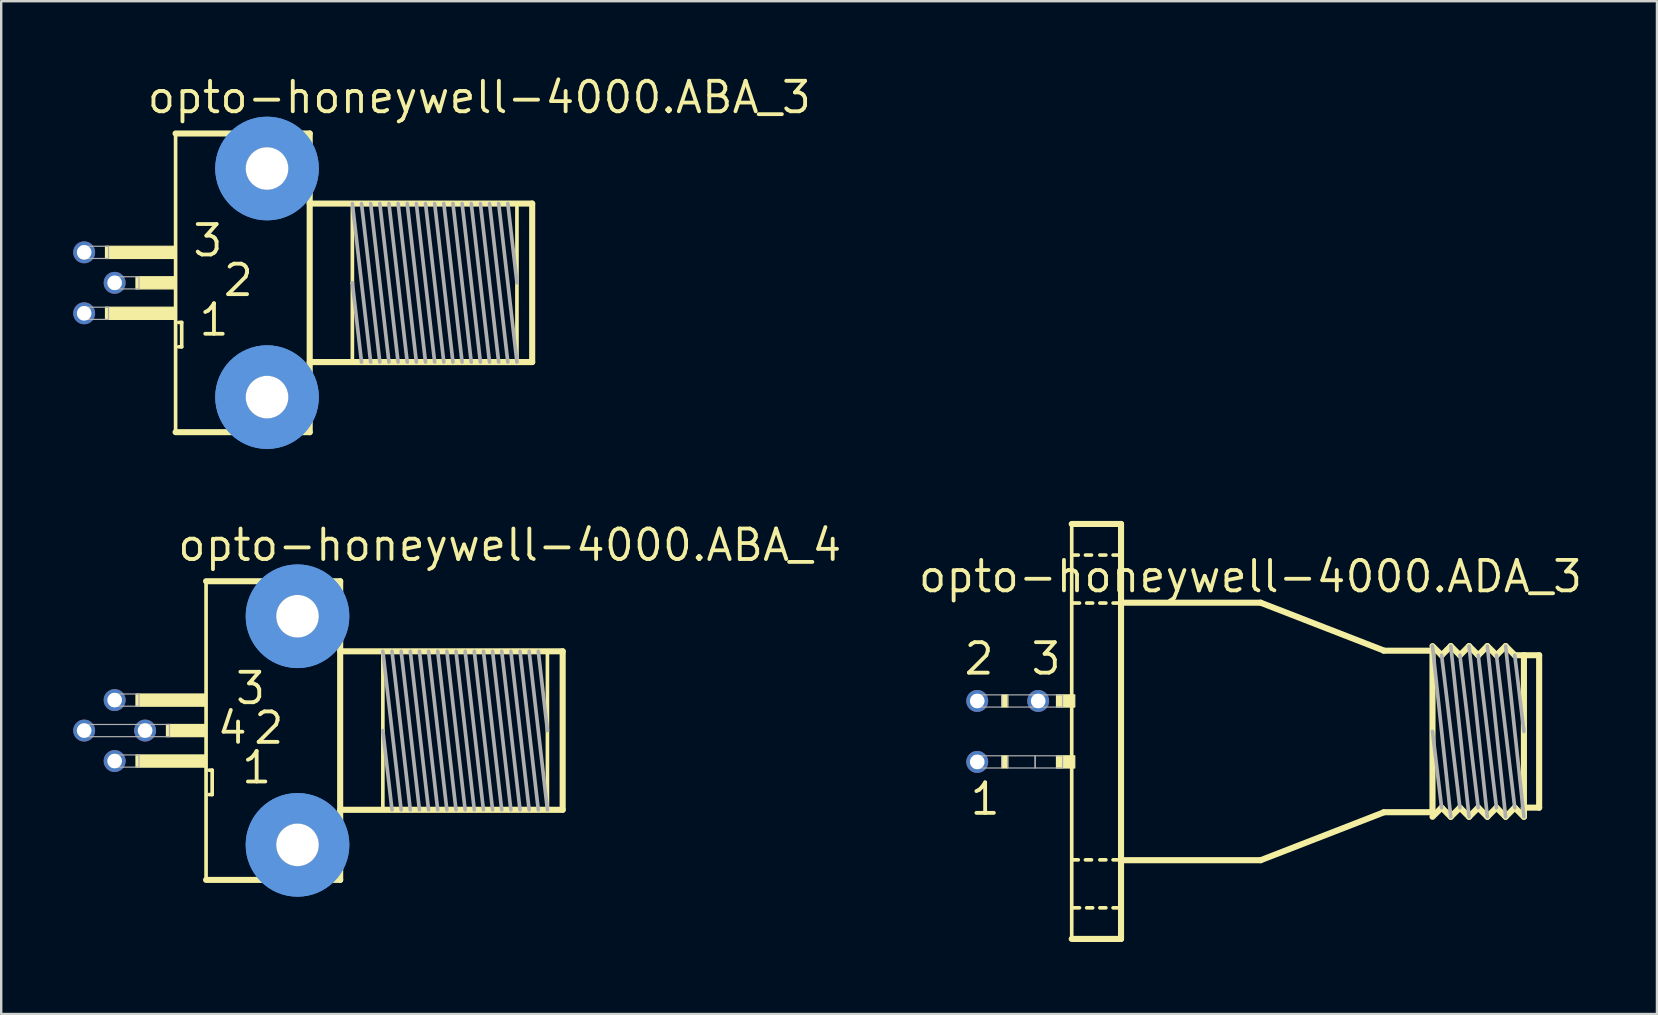
<source format=kicad_pcb>
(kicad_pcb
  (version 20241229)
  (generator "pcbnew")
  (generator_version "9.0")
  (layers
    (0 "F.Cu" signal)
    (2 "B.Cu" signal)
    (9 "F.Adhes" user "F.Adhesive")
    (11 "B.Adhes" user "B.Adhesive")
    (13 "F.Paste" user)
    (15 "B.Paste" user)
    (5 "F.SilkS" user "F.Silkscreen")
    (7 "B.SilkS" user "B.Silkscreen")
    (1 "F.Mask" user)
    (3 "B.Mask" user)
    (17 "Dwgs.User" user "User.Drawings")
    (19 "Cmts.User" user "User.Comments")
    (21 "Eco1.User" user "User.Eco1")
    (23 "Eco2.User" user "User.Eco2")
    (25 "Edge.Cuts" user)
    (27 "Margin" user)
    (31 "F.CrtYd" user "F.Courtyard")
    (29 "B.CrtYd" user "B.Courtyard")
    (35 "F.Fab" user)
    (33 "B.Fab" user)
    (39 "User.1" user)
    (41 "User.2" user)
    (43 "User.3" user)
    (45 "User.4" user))
  (footprint "opto-honeywell-4000.ABA_3"
    (layer "F.Cu")
    (at 8.077 8.735)
    (property "Reference" "opto-honeywell-4000.ABA_3" (at -5.08 -6.985 0) (layer "F.SilkS") (effects (font (size 1.27 1.27) (thickness 0.16)) (justify left bottom)))
    (attr through_hole)
    (fp_line (start -3.81 -6.223) (end -3.81 6.223) (stroke (width 0.152) (type default)) (layer "F.SilkS"))
    (fp_line (start -3.81 6.223) (end 1.778 6.223) (stroke (width 0.254) (type default)) (layer "F.SilkS"))
    (fp_line (start -3.683 1.651) (end -3.556 1.651) (stroke (width 0.152) (type default)) (layer "F.SilkS"))
    (fp_line (start -3.556 1.651) (end -3.556 2.667) (stroke (width 0.152) (type default)) (layer "F.SilkS"))
    (fp_line (start -3.556 2.667) (end -3.683 2.667) (stroke (width 0.152) (type default)) (layer "F.SilkS"))
    (fp_line (start 1.778 -6.223) (end -3.81 -6.223) (stroke (width 0.254) (type default)) (layer "F.SilkS"))
    (fp_line (start 1.778 -3.302) (end 11.049 -3.302) (stroke (width 0.254) (type default)) (layer "F.SilkS"))
    (fp_line (start 1.778 6.223) (end 1.778 -6.223) (stroke (width 0.254) (type default)) (layer "F.SilkS"))
    (fp_line (start 3.556 0) (end 3.556 -3.302) (stroke (width 0.152) (type default)) (layer "F.SilkS"))
    (fp_line (start 3.556 3.175) (end 3.556 0) (stroke (width 0.152) (type default)) (layer "F.SilkS"))
    (fp_line (start 10.414 3.175) (end 10.414 -3.175) (stroke (width 0.152) (type default)) (layer "F.SilkS"))
    (fp_line (start 11.049 -3.302) (end 11.049 3.302) (stroke (width 0.254) (type default)) (layer "F.SilkS"))
    (fp_line (start 11.049 3.302) (end 1.778 3.302) (stroke (width 0.254) (type default)) (layer "F.SilkS"))
    (fp_rect (start -6.731 -1.016) (end -3.81 -1.524) (stroke (width 0.05) (type default)) (fill yes) (layer "F.SilkS"))
    (fp_rect (start -6.731 1.524) (end -3.81 1.016) (stroke (width 0.05) (type default)) (fill yes) (layer "F.SilkS"))
    (fp_rect (start -5.461 0.254) (end -3.81 -0.254) (stroke (width 0.05) (type default)) (fill yes) (layer "F.SilkS"))
    (fp_circle (center 0 -4.763) (end 1.524 -4.763) (stroke (width 1.27) (type default)) (fill no) (layer "Cmts.User"))
    (fp_circle (center 0 -4.763) (end 1.524 -4.763) (stroke (width 1.27) (type default)) (fill no) (layer "Cmts.User"))
    (fp_circle (center 0 4.763) (end 1.524 4.763) (stroke (width 1.27) (type default)) (fill no) (layer "Cmts.User"))
    (fp_circle (center 0 4.763) (end 1.524 4.763) (stroke (width 1.27) (type default)) (fill no) (layer "Cmts.User"))
    (fp_line (start 3.556 -3.302) (end 4.318 3.302) (stroke (width 0.152) (type default)) (layer "F.Fab"))
    (fp_line (start 3.937 -3.302) (end 4.699 3.302) (stroke (width 0.152) (type default)) (layer "F.Fab"))
    (fp_line (start 3.937 3.302) (end 3.556 0) (stroke (width 0.152) (type default)) (layer "F.Fab"))
    (fp_line (start 4.318 -3.302) (end 5.08 3.302) (stroke (width 0.152) (type default)) (layer "F.Fab"))
    (fp_line (start 4.699 -3.302) (end 5.461 3.302) (stroke (width 0.152) (type default)) (layer "F.Fab"))
    (fp_line (start 5.08 -3.302) (end 5.842 3.302) (stroke (width 0.152) (type default)) (layer "F.Fab"))
    (fp_line (start 5.461 -3.302) (end 6.223 3.302) (stroke (width 0.152) (type default)) (layer "F.Fab"))
    (fp_line (start 5.842 -3.302) (end 6.604 3.302) (stroke (width 0.152) (type default)) (layer "F.Fab"))
    (fp_line (start 6.223 -3.302) (end 6.985 3.302) (stroke (width 0.152) (type default)) (layer "F.Fab"))
    (fp_line (start 6.604 -3.302) (end 7.366 3.302) (stroke (width 0.152) (type default)) (layer "F.Fab"))
    (fp_line (start 6.985 -3.302) (end 7.747 3.302) (stroke (width 0.152) (type default)) (layer "F.Fab"))
    (fp_line (start 7.366 -3.302) (end 8.128 3.302) (stroke (width 0.152) (type default)) (layer "F.Fab"))
    (fp_line (start 7.747 -3.302) (end 8.509 3.302) (stroke (width 0.152) (type default)) (layer "F.Fab"))
    (fp_line (start 8.128 -3.302) (end 8.89 3.302) (stroke (width 0.152) (type default)) (layer "F.Fab"))
    (fp_line (start 8.509 -3.302) (end 9.271 3.302) (stroke (width 0.152) (type default)) (layer "F.Fab"))
    (fp_line (start 8.89 -3.302) (end 9.652 3.302) (stroke (width 0.152) (type default)) (layer "F.Fab"))
    (fp_line (start 9.271 -3.302) (end 10.033 3.302) (stroke (width 0.152) (type default)) (layer "F.Fab"))
    (fp_line (start 9.652 -3.302) (end 10.414 3.302) (stroke (width 0.152) (type default)) (layer "F.Fab"))
    (fp_line (start 10.414 0) (end 10.033 -3.302) (stroke (width 0.152) (type default)) (layer "F.Fab"))
    (fp_rect (start -7.747 -1.016) (end -6.604 -1.524) (stroke (width 0.05) (type default)) (fill no) (layer "F.Fab"))
    (fp_rect (start -7.747 1.524) (end -6.604 1.016) (stroke (width 0.05) (type default)) (fill no) (layer "F.Fab"))
    (fp_rect (start -6.477 0.254) (end -5.334 -0.254) (stroke (width 0.05) (type default)) (fill no) (layer "F.Fab"))
    (fp_text user "1" (at -2.921 2.286 0) (layer "F.SilkS") (effects (font (size 1.27 1.27) (thickness 0.16)) (justify left bottom)))
    (fp_text user "3" (at -3.175 -1.016 0) (layer "F.SilkS") (effects (font (size 1.27 1.27) (thickness 0.16)) (justify left bottom)))
    (fp_text user "2" (at -1.905 0.635 0) (layer "F.SilkS") (effects (font (size 1.27 1.27) (thickness 0.16)) (justify left bottom)))
    (pad "" np_thru_hole circle (at 0 -4.763) (size 1.778 1.778) (drill 1.778) (layers "*.Cu" "*.Mask"))
    (pad "" np_thru_hole circle (at 0 4.763) (size 1.778 1.778) (drill 1.778) (layers "*.Cu" "*.Mask"))
    (pad "1" thru_hole circle (at -7.62 1.27) (size 0.914 0.914) (drill 0.61) (layers "*.Cu" "*.Mask"))
    (pad "2" thru_hole circle (at -6.35 0) (size 0.914 0.914) (drill 0.61) (layers "*.Cu" "*.Mask"))
    (pad "3" thru_hole circle (at -7.62 -1.27) (size 0.914 0.914) (drill 0.61) (layers "*.Cu" "*.Mask")))
  (footprint "opto-honeywell-4000.ADA_3"
    (layer "F.Cu")
    (at 41.481 27.429)
    (property "Reference" "opto-honeywell-4000.ADA_3" (at -6.35 -5.715 0) (layer "F.SilkS") (effects (font (size 1.27 1.27) (thickness 0.16)) (justify left bottom)))
    (attr through_hole)
    (fp_line (start 0.127 -8.646) (end 2.182 -8.646) (stroke (width 0.254) (type default)) (layer "F.SilkS"))
    (fp_line (start 0.127 8.646) (end 0.127 -8.646) (stroke (width 0.152) (type default)) (layer "F.SilkS"))
    (fp_line (start 0.13 -7.35) (end 0.4 -7.35) (stroke (width 0.152) (type default)) (layer "F.SilkS"))
    (fp_line (start 0.13 -5.35) (end 0.45 -5.35) (stroke (width 0.152) (type default)) (layer "F.SilkS"))
    (fp_line (start 0.13 5.35) (end 0.4 5.35) (stroke (width 0.152) (type default)) (layer "F.SilkS"))
    (fp_line (start 0.13 7.35) (end 0.45 7.35) (stroke (width 0.152) (type default)) (layer "F.SilkS"))
    (fp_line (start 0.7 -7.35) (end 0.95 -7.35) (stroke (width 0.152) (type default)) (layer "F.SilkS"))
    (fp_line (start 0.7 5.35) (end 0.95 5.35) (stroke (width 0.152) (type default)) (layer "F.SilkS"))
    (fp_line (start 0.75 -5.35) (end 1 -5.35) (stroke (width 0.152) (type default)) (layer "F.SilkS"))
    (fp_line (start 0.75 7.35) (end 1 7.35) (stroke (width 0.152) (type default)) (layer "F.SilkS"))
    (fp_line (start 1.3 -7.35) (end 1.55 -7.35) (stroke (width 0.152) (type default)) (layer "F.SilkS"))
    (fp_line (start 1.3 -5.35) (end 1.55 -5.35) (stroke (width 0.152) (type default)) (layer "F.SilkS"))
    (fp_line (start 1.3 5.35) (end 1.55 5.35) (stroke (width 0.152) (type default)) (layer "F.SilkS"))
    (fp_line (start 1.3 7.35) (end 1.55 7.35) (stroke (width 0.152) (type default)) (layer "F.SilkS"))
    (fp_line (start 1.85 -7.35) (end 2.11 -7.35) (stroke (width 0.152) (type default)) (layer "F.SilkS"))
    (fp_line (start 1.85 -5.35) (end 2.11 -5.35) (stroke (width 0.152) (type default)) (layer "F.SilkS"))
    (fp_line (start 1.85 5.35) (end 2.11 5.35) (stroke (width 0.152) (type default)) (layer "F.SilkS"))
    (fp_line (start 1.85 7.35) (end 2.11 7.35) (stroke (width 0.152) (type default)) (layer "F.SilkS"))
    (fp_line (start 2.182 -8.646) (end 2.182 8.646) (stroke (width 0.254) (type default)) (layer "F.SilkS"))
    (fp_line (start 2.182 8.646) (end 0.127 8.646) (stroke (width 0.254) (type default)) (layer "F.SilkS"))
    (fp_line (start 2.229 -5.365) (end 8 -5.365) (stroke (width 0.254) (type default)) (layer "F.SilkS"))
    (fp_line (start 2.329 5.365) (end 8 5.365) (stroke (width 0.254) (type default)) (layer "F.SilkS"))
    (fp_line (start 8 -5.365) (end 13.127 -3.373) (stroke (width 0.254) (type default)) (layer "F.SilkS"))
    (fp_line (start 8 5.365) (end 13.127 3.373) (stroke (width 0.254) (type default)) (layer "F.SilkS"))
    (fp_line (start 13.127 -3.365) (end 15.16 -3.365) (stroke (width 0.254) (type default)) (layer "F.SilkS"))
    (fp_line (start 15.16 -3.556) (end 15.541 -3.175) (stroke (width 0.254) (type default)) (layer "F.SilkS"))
    (fp_line (start 15.16 -3.365) (end 15.16 -3.429) (stroke (width 0.254) (type default)) (layer "F.SilkS"))
    (fp_line (start 15.16 3.365) (end 13.127 3.365) (stroke (width 0.254) (type default)) (layer "F.SilkS"))
    (fp_line (start 15.16 3.365) (end 15.16 -3.365) (stroke (width 0.254) (type default)) (layer "F.SilkS"))
    (fp_line (start 15.16 3.429) (end 15.16 3.365) (stroke (width 0.254) (type default)) (layer "F.SilkS"))
    (fp_line (start 15.541 -3.175) (end 15.922 -3.556) (stroke (width 0.254) (type default)) (layer "F.SilkS"))
    (fp_line (start 15.541 3.175) (end 15.16 3.556) (stroke (width 0.254) (type default)) (layer "F.SilkS"))
    (fp_line (start 15.922 -3.556) (end 16.303 -3.175) (stroke (width 0.254) (type default)) (layer "F.SilkS"))
    (fp_line (start 15.922 3.556) (end 15.541 3.175) (stroke (width 0.254) (type default)) (layer "F.SilkS"))
    (fp_line (start 15.922 3.556) (end 16.303 3.175) (stroke (width 0.254) (type default)) (layer "F.SilkS"))
    (fp_line (start 16.303 -3.175) (end 16.684 -3.556) (stroke (width 0.254) (type default)) (layer "F.SilkS"))
    (fp_line (start 16.303 3.175) (end 16.684 3.556) (stroke (width 0.254) (type default)) (layer "F.SilkS"))
    (fp_line (start 16.684 -3.556) (end 17.065 -3.175) (stroke (width 0.254) (type default)) (layer "F.SilkS"))
    (fp_line (start 17.065 -3.175) (end 17.446 -3.556) (stroke (width 0.254) (type default)) (layer "F.SilkS"))
    (fp_line (start 17.065 3.175) (end 16.684 3.556) (stroke (width 0.254) (type default)) (layer "F.SilkS"))
    (fp_line (start 17.446 -3.556) (end 17.827 -3.175) (stroke (width 0.254) (type default)) (layer "F.SilkS"))
    (fp_line (start 17.446 3.556) (end 17.065 3.175) (stroke (width 0.254) (type default)) (layer "F.SilkS"))
    (fp_line (start 17.827 -3.175) (end 18.208 -3.556) (stroke (width 0.254) (type default)) (layer "F.SilkS"))
    (fp_line (start 17.827 3.175) (end 17.446 3.556) (stroke (width 0.254) (type default)) (layer "F.SilkS"))
    (fp_line (start 18.208 -3.556) (end 18.589 -3.175) (stroke (width 0.254) (type default)) (layer "F.SilkS"))
    (fp_line (start 18.208 3.556) (end 17.827 3.175) (stroke (width 0.254) (type default)) (layer "F.SilkS"))
    (fp_line (start 18.589 -3.175) (end 18.97 -3.175) (stroke (width 0.254) (type default)) (layer "F.SilkS"))
    (fp_line (start 18.589 3.175) (end 18.208 3.556) (stroke (width 0.254) (type default)) (layer "F.SilkS"))
    (fp_line (start 18.97 -3.175) (end 19.605 -3.175) (stroke (width 0.254) (type default)) (layer "F.SilkS"))
    (fp_line (start 18.97 3.175) (end 18.97 -3.175) (stroke (width 0.254) (type default)) (layer "F.SilkS"))
    (fp_line (start 18.97 3.175) (end 18.97 3.556) (stroke (width 0.254) (type default)) (layer "F.SilkS"))
    (fp_line (start 18.97 3.429) (end 18.97 3.175) (stroke (width 0.254) (type default)) (layer "F.SilkS"))
    (fp_line (start 18.97 3.556) (end 18.589 3.175) (stroke (width 0.254) (type default)) (layer "F.SilkS"))
    (fp_line (start 19.605 -3.175) (end 19.605 3.175) (stroke (width 0.254) (type default)) (layer "F.SilkS"))
    (fp_line (start 19.605 3.175) (end 18.97 3.175) (stroke (width 0.254) (type default)) (layer "F.SilkS"))
    (fp_rect (start -2.794 -1.016) (end -2.54 -1.524) (stroke (width 0.05) (type default)) (fill yes) (layer "F.SilkS"))
    (fp_rect (start -2.794 1.524) (end -2.54 1.016) (stroke (width 0.05) (type default)) (fill yes) (layer "F.SilkS"))
    (fp_rect (start -0.508 -1.016) (end 0.254 -1.524) (stroke (width 0.05) (type default)) (fill yes) (layer "F.SilkS"))
    (fp_rect (start -0.508 1.524) (end 0.254 1.016) (stroke (width 0.05) (type default)) (fill yes) (layer "F.SilkS"))
    (fp_line (start 15.16 -3.556) (end 15.922 3.556) (stroke (width 0.152) (type default)) (layer "F.Fab"))
    (fp_line (start 15.541 -3.175) (end 16.303 3.175) (stroke (width 0.152) (type default)) (layer "F.Fab"))
    (fp_line (start 15.541 3.175) (end 15.16 0) (stroke (width 0.152) (type default)) (layer "F.Fab"))
    (fp_line (start 15.922 -3.556) (end 16.684 3.556) (stroke (width 0.152) (type default)) (layer "F.Fab"))
    (fp_line (start 16.303 -3.175) (end 17.065 3.175) (stroke (width 0.152) (type default)) (layer "F.Fab"))
    (fp_line (start 16.684 -3.556) (end 17.446 3.556) (stroke (width 0.152) (type default)) (layer "F.Fab"))
    (fp_line (start 17.065 -3.175) (end 17.827 3.175) (stroke (width 0.152) (type default)) (layer "F.Fab"))
    (fp_line (start 17.446 -3.556) (end 18.208 3.556) (stroke (width 0.152) (type default)) (layer "F.Fab"))
    (fp_line (start 17.827 -3.175) (end 18.589 3.175) (stroke (width 0.152) (type default)) (layer "F.Fab"))
    (fp_line (start 18.208 -3.556) (end 18.97 3.556) (stroke (width 0.152) (type default)) (layer "F.Fab"))
    (fp_line (start 18.97 0) (end 18.589 -3.175) (stroke (width 0.152) (type default)) (layer "F.Fab"))
    (fp_rect (start -3.937 -1.016) (end -2.794 -1.524) (stroke (width 0.05) (type default)) (fill no) (layer "F.Fab"))
    (fp_rect (start -3.937 1.524) (end -2.794 1.016) (stroke (width 0.05) (type default)) (fill no) (layer "F.Fab"))
    (fp_rect (start -2.54 -1.016) (end -1.397 -1.524) (stroke (width 0.05) (type default)) (fill no) (layer "F.Fab"))
    (fp_rect (start -2.54 1.524) (end -1.397 1.016) (stroke (width 0.05) (type default)) (fill no) (layer "F.Fab"))
    (fp_rect (start -1.397 -1.016) (end -0.254 -1.524) (stroke (width 0.05) (type default)) (fill no) (layer "F.Fab"))
    (fp_rect (start -1.397 1.524) (end -0.254 1.016) (stroke (width 0.05) (type default)) (fill no) (layer "F.Fab"))
    (fp_text user "3" (at -1.651 -2.286 0) (layer "F.SilkS") (effects (font (size 1.27 1.27) (thickness 0.16)) (justify left bottom)))
    (fp_text user "1" (at -4.191 3.556 0) (layer "F.SilkS") (effects (font (size 1.27 1.27) (thickness 0.16)) (justify left bottom)))
    (fp_text user "2" (at -4.445 -2.286 0) (layer "F.SilkS") (effects (font (size 1.27 1.27) (thickness 0.16)) (justify left bottom)))
    (pad "1" thru_hole circle (at -3.81 1.27) (size 0.914 0.914) (drill 0.61) (layers "*.Cu" "*.Mask"))
    (pad "2" thru_hole circle (at -3.81 -1.27) (size 0.914 0.914) (drill 0.61) (layers "*.Cu" "*.Mask"))
    (pad "3" thru_hole circle (at -1.27 -1.27) (size 0.914 0.914) (drill 0.61) (layers "*.Cu" "*.Mask")))
  (footprint "opto-honeywell-4000.ABA_4"
    (layer "F.Cu")
    (at 9.347 27.392)
    (property "Reference" "opto-honeywell-4000.ABA_4" (at -5.08 -6.985 0) (layer "F.SilkS") (effects (font (size 1.27 1.27) (thickness 0.16)) (justify left bottom)))
    (attr through_hole)
    (fp_line (start -3.81 -6.223) (end -3.81 6.223) (stroke (width 0.152) (type default)) (layer "F.SilkS"))
    (fp_line (start -3.81 6.223) (end 1.778 6.223) (stroke (width 0.254) (type default)) (layer "F.SilkS"))
    (fp_line (start -3.683 1.651) (end -3.556 1.651) (stroke (width 0.152) (type default)) (layer "F.SilkS"))
    (fp_line (start -3.556 1.651) (end -3.556 2.667) (stroke (width 0.152) (type default)) (layer "F.SilkS"))
    (fp_line (start -3.556 2.667) (end -3.683 2.667) (stroke (width 0.152) (type default)) (layer "F.SilkS"))
    (fp_line (start 1.778 -6.223) (end -3.81 -6.223) (stroke (width 0.254) (type default)) (layer "F.SilkS"))
    (fp_line (start 1.778 -3.302) (end 11.049 -3.302) (stroke (width 0.254) (type default)) (layer "F.SilkS"))
    (fp_line (start 1.778 6.223) (end 1.778 -6.223) (stroke (width 0.254) (type default)) (layer "F.SilkS"))
    (fp_line (start 3.556 0) (end 3.556 -3.302) (stroke (width 0.152) (type default)) (layer "F.SilkS"))
    (fp_line (start 3.556 3.175) (end 3.556 0) (stroke (width 0.152) (type default)) (layer "F.SilkS"))
    (fp_line (start 10.414 3.175) (end 10.414 -3.175) (stroke (width 0.152) (type default)) (layer "F.SilkS"))
    (fp_line (start 11.049 -3.302) (end 11.049 3.302) (stroke (width 0.254) (type default)) (layer "F.SilkS"))
    (fp_line (start 11.049 3.302) (end 1.778 3.302) (stroke (width 0.254) (type default)) (layer "F.SilkS"))
    (fp_rect (start -6.731 -1.016) (end -3.81 -1.524) (stroke (width 0.05) (type default)) (fill yes) (layer "F.SilkS"))
    (fp_rect (start -6.731 1.524) (end -3.81 1.016) (stroke (width 0.05) (type default)) (fill yes) (layer "F.SilkS"))
    (fp_rect (start -5.461 0.254) (end -3.81 -0.254) (stroke (width 0.05) (type default)) (fill yes) (layer "F.SilkS"))
    (fp_circle (center 0 -4.763) (end 1.524 -4.763) (stroke (width 1.27) (type default)) (fill no) (layer "Cmts.User"))
    (fp_circle (center 0 -4.763) (end 1.524 -4.763) (stroke (width 1.27) (type default)) (fill no) (layer "Cmts.User"))
    (fp_circle (center 0 4.763) (end 1.524 4.763) (stroke (width 1.27) (type default)) (fill no) (layer "Cmts.User"))
    (fp_circle (center 0 4.763) (end 1.524 4.763) (stroke (width 1.27) (type default)) (fill no) (layer "Cmts.User"))
    (fp_line (start 3.556 -3.302) (end 4.318 3.302) (stroke (width 0.152) (type default)) (layer "F.Fab"))
    (fp_line (start 3.937 -3.302) (end 4.699 3.302) (stroke (width 0.152) (type default)) (layer "F.Fab"))
    (fp_line (start 3.937 3.302) (end 3.556 0) (stroke (width 0.152) (type default)) (layer "F.Fab"))
    (fp_line (start 4.318 -3.302) (end 5.08 3.302) (stroke (width 0.152) (type default)) (layer "F.Fab"))
    (fp_line (start 4.699 -3.302) (end 5.461 3.302) (stroke (width 0.152) (type default)) (layer "F.Fab"))
    (fp_line (start 5.08 -3.302) (end 5.842 3.302) (stroke (width 0.152) (type default)) (layer "F.Fab"))
    (fp_line (start 5.461 -3.302) (end 6.223 3.302) (stroke (width 0.152) (type default)) (layer "F.Fab"))
    (fp_line (start 5.842 -3.302) (end 6.604 3.302) (stroke (width 0.152) (type default)) (layer "F.Fab"))
    (fp_line (start 6.223 -3.302) (end 6.985 3.302) (stroke (width 0.152) (type default)) (layer "F.Fab"))
    (fp_line (start 6.604 -3.302) (end 7.366 3.302) (stroke (width 0.152) (type default)) (layer "F.Fab"))
    (fp_line (start 6.985 -3.302) (end 7.747 3.302) (stroke (width 0.152) (type default)) (layer "F.Fab"))
    (fp_line (start 7.366 -3.302) (end 8.128 3.302) (stroke (width 0.152) (type default)) (layer "F.Fab"))
    (fp_line (start 7.747 -3.302) (end 8.509 3.302) (stroke (width 0.152) (type default)) (layer "F.Fab"))
    (fp_line (start 8.128 -3.302) (end 8.89 3.302) (stroke (width 0.152) (type default)) (layer "F.Fab"))
    (fp_line (start 8.509 -3.302) (end 9.271 3.302) (stroke (width 0.152) (type default)) (layer "F.Fab"))
    (fp_line (start 8.89 -3.302) (end 9.652 3.302) (stroke (width 0.152) (type default)) (layer "F.Fab"))
    (fp_line (start 9.271 -3.302) (end 10.033 3.302) (stroke (width 0.152) (type default)) (layer "F.Fab"))
    (fp_line (start 9.652 -3.302) (end 10.414 3.302) (stroke (width 0.152) (type default)) (layer "F.Fab"))
    (fp_line (start 10.414 0) (end 10.033 -3.302) (stroke (width 0.152) (type default)) (layer "F.Fab"))
    (fp_rect (start -9.017 0.254) (end -6.35 -0.254) (stroke (width 0.05) (type default)) (fill no) (layer "F.Fab"))
    (fp_rect (start -7.747 -1.016) (end -6.604 -1.524) (stroke (width 0.05) (type default)) (fill no) (layer "F.Fab"))
    (fp_rect (start -7.747 1.524) (end -6.604 1.016) (stroke (width 0.05) (type default)) (fill no) (layer "F.Fab"))
    (fp_rect (start -6.477 0.254) (end -5.334 -0.254) (stroke (width 0.05) (type default)) (fill no) (layer "F.Fab"))
    (fp_text user "1" (at -2.413 2.286 0) (layer "F.SilkS") (effects (font (size 1.27 1.27) (thickness 0.16)) (justify left bottom)))
    (fp_text user "4" (at -3.429 0.635 0) (layer "F.SilkS") (effects (font (size 1.27 1.27) (thickness 0.16)) (justify left bottom)))
    (fp_text user "3" (at -2.667 -1.016 0) (layer "F.SilkS") (effects (font (size 1.27 1.27) (thickness 0.16)) (justify left bottom)))
    (fp_text user "2" (at -1.905 0.635 0) (layer "F.SilkS") (effects (font (size 1.27 1.27) (thickness 0.16)) (justify left bottom)))
    (pad "" np_thru_hole circle (at 0 -4.763) (size 1.778 1.778) (drill 1.778) (layers "*.Cu" "*.Mask"))
    (pad "" np_thru_hole circle (at 0 4.763) (size 1.778 1.778) (drill 1.778) (layers "*.Cu" "*.Mask"))
    (pad "1" thru_hole circle (at -7.62 1.27) (size 0.914 0.914) (drill 0.61) (layers "*.Cu" "*.Mask"))
    (pad "2" thru_hole circle (at -6.35 0) (size 0.914 0.914) (drill 0.61) (layers "*.Cu" "*.Mask"))
    (pad "3" thru_hole circle (at -7.62 -1.27) (size 0.914 0.914) (drill 0.61) (layers "*.Cu" "*.Mask"))
    (pad "4" thru_hole circle (at -8.89 0) (size 0.914 0.914) (drill 0.61) (layers "*.Cu" "*.Mask")))
  (gr_rect
    (start -3 -3)
    (end 65.994 39.202)
    (stroke (width 0.1) (type default))
    (fill no)
    (layer "Edge.Cuts")))
</source>
